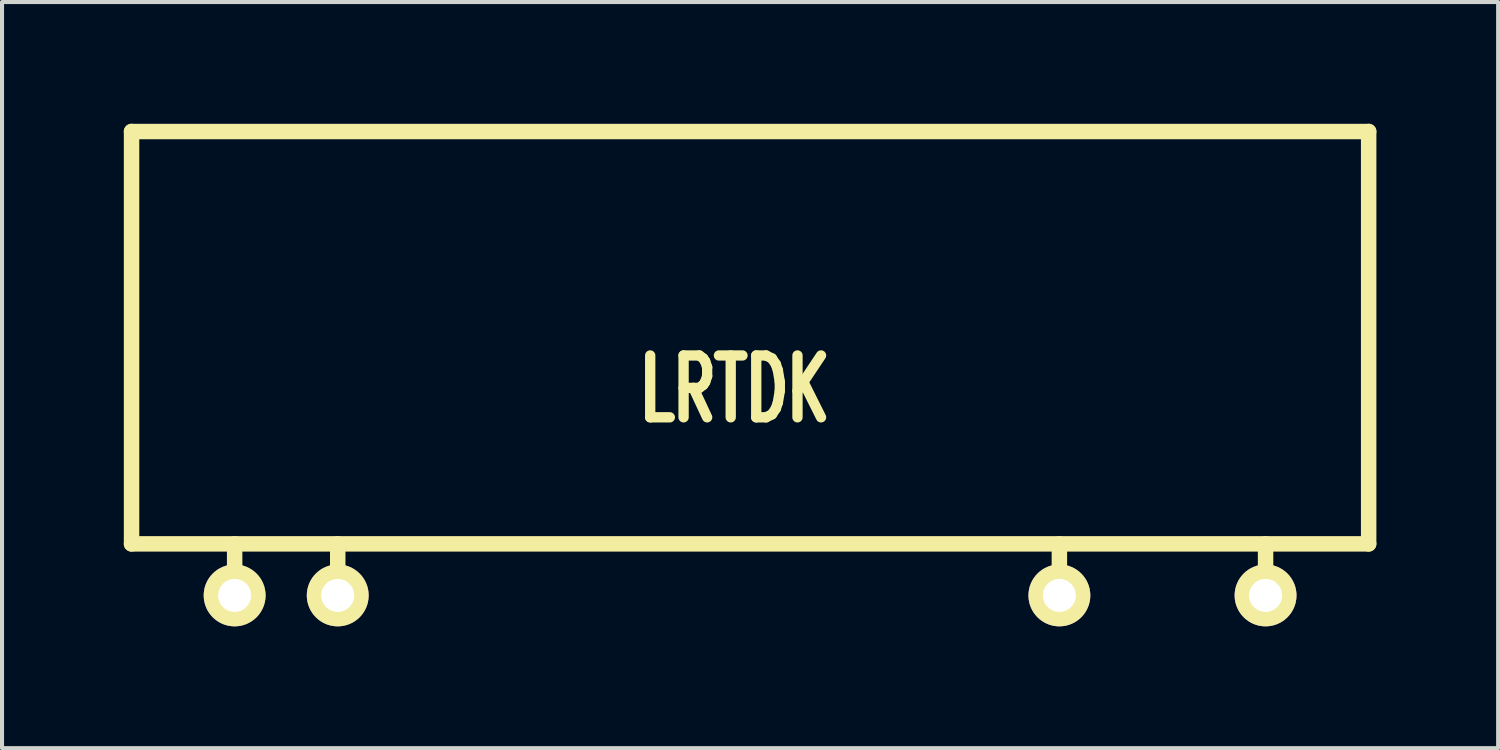
<source format=kicad_pcb>
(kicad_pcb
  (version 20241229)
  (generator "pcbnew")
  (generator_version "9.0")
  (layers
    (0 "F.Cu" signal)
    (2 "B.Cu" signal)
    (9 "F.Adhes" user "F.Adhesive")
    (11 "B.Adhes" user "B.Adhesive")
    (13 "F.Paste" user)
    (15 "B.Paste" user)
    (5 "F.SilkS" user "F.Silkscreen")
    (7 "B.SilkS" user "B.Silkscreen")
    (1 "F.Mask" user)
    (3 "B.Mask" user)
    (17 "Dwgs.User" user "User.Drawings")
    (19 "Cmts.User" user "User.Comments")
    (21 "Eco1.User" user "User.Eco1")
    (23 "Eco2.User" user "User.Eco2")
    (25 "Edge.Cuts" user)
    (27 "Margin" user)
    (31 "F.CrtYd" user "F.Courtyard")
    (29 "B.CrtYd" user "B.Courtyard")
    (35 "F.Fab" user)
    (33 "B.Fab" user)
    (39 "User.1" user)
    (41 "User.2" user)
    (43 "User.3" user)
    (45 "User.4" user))
  (footprint "LRTDK"
    (layer "F.Cu")
    (at 15.431 11.62)
    (property "Reference" "LRTDK" (at -0.381 -5.08 180) (layer "F.SilkS") (effects (font (size 1.524 1.016) (thickness 0.254))))
    (attr through_hole)
    (fp_line (start -15.24 -11.43) (end 15.24 -11.43) (stroke (width 0.381) (type solid)) (layer "F.SilkS"))
    (fp_line (start -15.24 -1.27) (end -15.24 -11.43) (stroke (width 0.381) (type solid)) (layer "F.SilkS"))
    (fp_line (start -15.24 -1.27) (end 15.24 -1.27) (stroke (width 0.381) (type solid)) (layer "F.SilkS"))
    (fp_line (start -12.7 0) (end -12.7 -1.27) (stroke (width 0.381) (type solid)) (layer "F.SilkS"))
    (fp_line (start -10.16 0) (end -10.16 -1.27) (stroke (width 0.381) (type solid)) (layer "F.SilkS"))
    (fp_line (start 7.62 -1.27) (end 7.62 0) (stroke (width 0.381) (type solid)) (layer "F.SilkS"))
    (fp_line (start 12.7 -1.27) (end 12.7 0) (stroke (width 0.381) (type solid)) (layer "F.SilkS"))
    (fp_line (start 15.24 -11.43) (end 15.24 -1.27) (stroke (width 0.381) (type solid)) (layer "F.SilkS"))
    (pad "1" thru_hole circle (at -12.7 0) (size 1.524 1.524) (drill 0.813) (layers "*.Cu" "*.Mask" "F.SilkS"))
    (pad "2" thru_hole circle (at 12.7 0) (size 1.524 1.524) (drill 0.813) (layers "*.Cu" "*.Mask" "F.SilkS"))
    (pad "3" thru_hole circle (at -10.16 0) (size 1.524 1.524) (drill 0.813) (layers "*.Cu" "*.Mask" "F.SilkS"))
    (pad "3" thru_hole circle (at 7.62 0) (size 1.524 1.524) (drill 0.813) (layers "*.Cu" "*.Mask" "F.SilkS")))
  (gr_rect
    (start -3 -3)
    (end 33.861 15.383)
    (stroke (width 0.1) (type default))
    (fill no)
    (layer "Edge.Cuts")))
</source>
